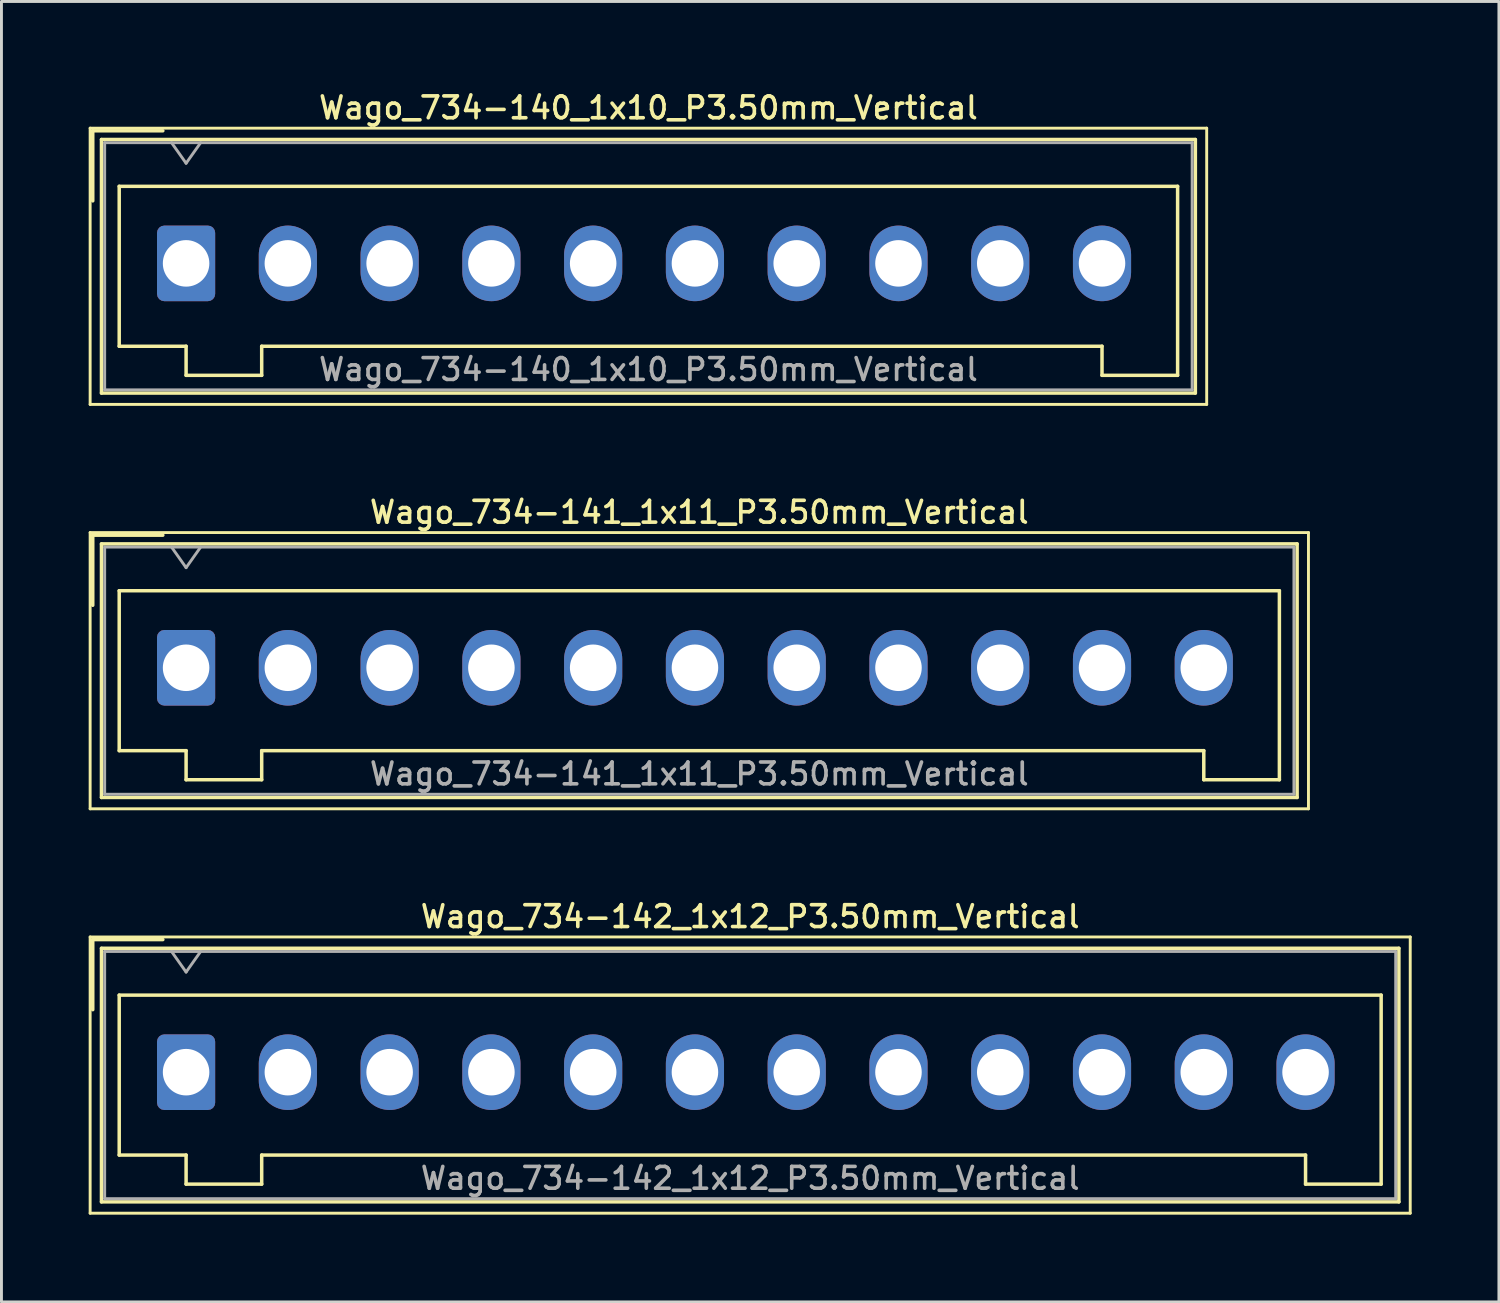
<source format=kicad_pcb>
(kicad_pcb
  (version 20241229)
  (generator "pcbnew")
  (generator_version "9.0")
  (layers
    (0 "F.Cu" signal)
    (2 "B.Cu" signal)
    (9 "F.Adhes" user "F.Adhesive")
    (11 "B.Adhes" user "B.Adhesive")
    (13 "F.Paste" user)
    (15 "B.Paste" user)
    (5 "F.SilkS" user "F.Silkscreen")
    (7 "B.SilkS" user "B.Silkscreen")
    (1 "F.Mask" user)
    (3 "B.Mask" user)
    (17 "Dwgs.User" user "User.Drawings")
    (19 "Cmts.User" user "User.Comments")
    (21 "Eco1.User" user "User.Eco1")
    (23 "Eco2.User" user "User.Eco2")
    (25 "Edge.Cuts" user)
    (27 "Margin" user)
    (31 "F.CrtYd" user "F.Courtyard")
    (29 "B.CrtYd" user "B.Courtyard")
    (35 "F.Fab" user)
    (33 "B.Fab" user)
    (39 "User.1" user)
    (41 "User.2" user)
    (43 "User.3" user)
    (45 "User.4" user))
  (footprint "Wago_734-142_1x12_P3.50mm_Vertical"
    (layer "F.Cu")
    (at 3.35 33.824)
    (property "Reference" "Wago_734-142_1x12_P3.50mm_Vertical" (at 19.4 -5.35 0) (layer "F.SilkS") (effects (font (size 0.75 0.75) (thickness 0.125))))
    (attr through_hole)
    (fp_line (start -3.3 -4.65) (end -3.3 4.85) (stroke (width 0.1) (type solid)) (layer "F.SilkS"))
    (fp_line (start -3.3 4.85) (end 42.1 4.85) (stroke (width 0.1) (type solid)) (layer "F.SilkS"))
    (fp_line (start -3.21 -4.56) (end -0.8 -4.56) (stroke (width 0.12) (type solid)) (layer "F.SilkS"))
    (fp_line (start -3.21 -2.15) (end -3.21 -4.56) (stroke (width 0.12) (type solid)) (layer "F.SilkS"))
    (fp_line (start -2.91 -4.26) (end -2.91 4.46) (stroke (width 0.12) (type solid)) (layer "F.SilkS"))
    (fp_line (start -2.91 4.46) (end 41.71 4.46) (stroke (width 0.12) (type solid)) (layer "F.SilkS"))
    (fp_line (start -2.3 -2.65) (end -2.3 2.85) (stroke (width 0.12) (type solid)) (layer "F.SilkS"))
    (fp_line (start -2.3 2.85) (end 0 2.85) (stroke (width 0.12) (type solid)) (layer "F.SilkS"))
    (fp_line (start 0 2.85) (end 0 3.85) (stroke (width 0.12) (type solid)) (layer "F.SilkS"))
    (fp_line (start 0 3.85) (end 2.6 3.85) (stroke (width 0.12) (type solid)) (layer "F.SilkS"))
    (fp_line (start 2.6 2.85) (end 38.5 2.85) (stroke (width 0.12) (type solid)) (layer "F.SilkS"))
    (fp_line (start 2.6 3.85) (end 2.6 2.85) (stroke (width 0.12) (type solid)) (layer "F.SilkS"))
    (fp_line (start 38.5 2.85) (end 38.5 3.85) (stroke (width 0.12) (type solid)) (layer "F.SilkS"))
    (fp_line (start 38.5 3.85) (end 41.1 3.85) (stroke (width 0.12) (type solid)) (layer "F.SilkS"))
    (fp_line (start 41.1 -2.65) (end -2.3 -2.65) (stroke (width 0.12) (type solid)) (layer "F.SilkS"))
    (fp_line (start 41.1 3.85) (end 41.1 -2.65) (stroke (width 0.12) (type solid)) (layer "F.SilkS"))
    (fp_line (start 41.71 -4.26) (end -2.91 -4.26) (stroke (width 0.12) (type solid)) (layer "F.SilkS"))
    (fp_line (start 41.71 4.46) (end 41.71 -4.26) (stroke (width 0.12) (type solid)) (layer "F.SilkS"))
    (fp_line (start 42.1 -4.65) (end -3.3 -4.65) (stroke (width 0.1) (type solid)) (layer "F.SilkS"))
    (fp_line (start 42.1 4.85) (end 42.1 -4.65) (stroke (width 0.1) (type solid)) (layer "F.SilkS"))
    (fp_line (start -2.8 -4.15) (end -2.8 4.35) (stroke (width 0.1) (type solid)) (layer "F.Fab"))
    (fp_line (start -2.8 4.35) (end 41.6 4.35) (stroke (width 0.1) (type solid)) (layer "F.Fab"))
    (fp_line (start -0.5 -4.15) (end 0 -3.443) (stroke (width 0.1) (type solid)) (layer "F.Fab"))
    (fp_line (start 0 -3.443) (end 0.5 -4.15) (stroke (width 0.1) (type solid)) (layer "F.Fab"))
    (fp_line (start 41.6 -4.15) (end -2.8 -4.15) (stroke (width 0.1) (type solid)) (layer "F.Fab"))
    (fp_line (start 41.6 4.35) (end 41.6 -4.15) (stroke (width 0.1) (type solid)) (layer "F.Fab"))
    (fp_text user "${REFERENCE}" (at 19.4 3.65 0) (layer "F.Fab") (effects (font (size 0.75 0.75) (thickness 0.125))))
    (pad "1" thru_hole roundrect (at 0 0) (size 2 2.6) (drill 1.6) (layers "*.Cu" "*.Mask") (roundrect_rratio 0.125))
    (pad "2" thru_hole oval (at 3.5 0) (size 2 2.6) (drill 1.6) (layers "*.Cu" "*.Mask"))
    (pad "3" thru_hole oval (at 7 0) (size 2 2.6) (drill 1.6) (layers "*.Cu" "*.Mask"))
    (pad "4" thru_hole oval (at 10.5 0) (size 2 2.6) (drill 1.6) (layers "*.Cu" "*.Mask"))
    (pad "5" thru_hole oval (at 14 0) (size 2 2.6) (drill 1.6) (layers "*.Cu" "*.Mask"))
    (pad "6" thru_hole oval (at 17.5 0) (size 2 2.6) (drill 1.6) (layers "*.Cu" "*.Mask"))
    (pad "7" thru_hole oval (at 21 0) (size 2 2.6) (drill 1.6) (layers "*.Cu" "*.Mask"))
    (pad "8" thru_hole oval (at 24.5 0) (size 2 2.6) (drill 1.6) (layers "*.Cu" "*.Mask"))
    (pad "9" thru_hole oval (at 28 0) (size 2 2.6) (drill 1.6) (layers "*.Cu" "*.Mask"))
    (pad "10" thru_hole oval (at 31.5 0) (size 2 2.6) (drill 1.6) (layers "*.Cu" "*.Mask"))
    (pad "11" thru_hole oval (at 35 0) (size 2 2.6) (drill 1.6) (layers "*.Cu" "*.Mask"))
    (pad "12" thru_hole oval (at 38.5 0) (size 2 2.6) (drill 1.6) (layers "*.Cu" "*.Mask")))
  (footprint "Wago_734-141_1x11_P3.50mm_Vertical"
    (layer "F.Cu")
    (at 3.35 19.916)
    (property "Reference" "Wago_734-141_1x11_P3.50mm_Vertical" (at 17.65 -5.35 0) (layer "F.SilkS") (effects (font (size 0.75 0.75) (thickness 0.125))))
    (attr through_hole)
    (fp_line (start -3.3 -4.65) (end -3.3 4.85) (stroke (width 0.1) (type solid)) (layer "F.SilkS"))
    (fp_line (start -3.3 4.85) (end 38.6 4.85) (stroke (width 0.1) (type solid)) (layer "F.SilkS"))
    (fp_line (start -3.21 -4.56) (end -0.8 -4.56) (stroke (width 0.12) (type solid)) (layer "F.SilkS"))
    (fp_line (start -3.21 -2.15) (end -3.21 -4.56) (stroke (width 0.12) (type solid)) (layer "F.SilkS"))
    (fp_line (start -2.91 -4.26) (end -2.91 4.46) (stroke (width 0.12) (type solid)) (layer "F.SilkS"))
    (fp_line (start -2.91 4.46) (end 38.21 4.46) (stroke (width 0.12) (type solid)) (layer "F.SilkS"))
    (fp_line (start -2.3 -2.65) (end -2.3 2.85) (stroke (width 0.12) (type solid)) (layer "F.SilkS"))
    (fp_line (start -2.3 2.85) (end 0 2.85) (stroke (width 0.12) (type solid)) (layer "F.SilkS"))
    (fp_line (start 0 2.85) (end 0 3.85) (stroke (width 0.12) (type solid)) (layer "F.SilkS"))
    (fp_line (start 0 3.85) (end 2.6 3.85) (stroke (width 0.12) (type solid)) (layer "F.SilkS"))
    (fp_line (start 2.6 2.85) (end 35 2.85) (stroke (width 0.12) (type solid)) (layer "F.SilkS"))
    (fp_line (start 2.6 3.85) (end 2.6 2.85) (stroke (width 0.12) (type solid)) (layer "F.SilkS"))
    (fp_line (start 35 2.85) (end 35 3.85) (stroke (width 0.12) (type solid)) (layer "F.SilkS"))
    (fp_line (start 35 3.85) (end 37.6 3.85) (stroke (width 0.12) (type solid)) (layer "F.SilkS"))
    (fp_line (start 37.6 -2.65) (end -2.3 -2.65) (stroke (width 0.12) (type solid)) (layer "F.SilkS"))
    (fp_line (start 37.6 3.85) (end 37.6 -2.65) (stroke (width 0.12) (type solid)) (layer "F.SilkS"))
    (fp_line (start 38.21 -4.26) (end -2.91 -4.26) (stroke (width 0.12) (type solid)) (layer "F.SilkS"))
    (fp_line (start 38.21 4.46) (end 38.21 -4.26) (stroke (width 0.12) (type solid)) (layer "F.SilkS"))
    (fp_line (start 38.6 -4.65) (end -3.3 -4.65) (stroke (width 0.1) (type solid)) (layer "F.SilkS"))
    (fp_line (start 38.6 4.85) (end 38.6 -4.65) (stroke (width 0.1) (type solid)) (layer "F.SilkS"))
    (fp_line (start -2.8 -4.15) (end -2.8 4.35) (stroke (width 0.1) (type solid)) (layer "F.Fab"))
    (fp_line (start -2.8 4.35) (end 38.1 4.35) (stroke (width 0.1) (type solid)) (layer "F.Fab"))
    (fp_line (start -0.5 -4.15) (end 0 -3.443) (stroke (width 0.1) (type solid)) (layer "F.Fab"))
    (fp_line (start 0 -3.443) (end 0.5 -4.15) (stroke (width 0.1) (type solid)) (layer "F.Fab"))
    (fp_line (start 38.1 -4.15) (end -2.8 -4.15) (stroke (width 0.1) (type solid)) (layer "F.Fab"))
    (fp_line (start 38.1 4.35) (end 38.1 -4.15) (stroke (width 0.1) (type solid)) (layer "F.Fab"))
    (fp_text user "${REFERENCE}" (at 17.65 3.65 0) (layer "F.Fab") (effects (font (size 0.75 0.75) (thickness 0.125))))
    (pad "1" thru_hole roundrect (at 0 0) (size 2 2.6) (drill 1.6) (layers "*.Cu" "*.Mask") (roundrect_rratio 0.125))
    (pad "2" thru_hole oval (at 3.5 0) (size 2 2.6) (drill 1.6) (layers "*.Cu" "*.Mask"))
    (pad "3" thru_hole oval (at 7 0) (size 2 2.6) (drill 1.6) (layers "*.Cu" "*.Mask"))
    (pad "4" thru_hole oval (at 10.5 0) (size 2 2.6) (drill 1.6) (layers "*.Cu" "*.Mask"))
    (pad "5" thru_hole oval (at 14 0) (size 2 2.6) (drill 1.6) (layers "*.Cu" "*.Mask"))
    (pad "6" thru_hole oval (at 17.5 0) (size 2 2.6) (drill 1.6) (layers "*.Cu" "*.Mask"))
    (pad "7" thru_hole oval (at 21 0) (size 2 2.6) (drill 1.6) (layers "*.Cu" "*.Mask"))
    (pad "8" thru_hole oval (at 24.5 0) (size 2 2.6) (drill 1.6) (layers "*.Cu" "*.Mask"))
    (pad "9" thru_hole oval (at 28 0) (size 2 2.6) (drill 1.6) (layers "*.Cu" "*.Mask"))
    (pad "10" thru_hole oval (at 31.5 0) (size 2 2.6) (drill 1.6) (layers "*.Cu" "*.Mask"))
    (pad "11" thru_hole oval (at 35 0) (size 2 2.6) (drill 1.6) (layers "*.Cu" "*.Mask")))
  (footprint "Wago_734-140_1x10_P3.50mm_Vertical"
    (layer "F.Cu")
    (at 3.35 6.008)
    (property "Reference" "Wago_734-140_1x10_P3.50mm_Vertical" (at 15.9 -5.35 0) (layer "F.SilkS") (effects (font (size 0.75 0.75) (thickness 0.125))))
    (attr through_hole)
    (fp_line (start -3.3 -4.65) (end -3.3 4.85) (stroke (width 0.1) (type solid)) (layer "F.SilkS"))
    (fp_line (start -3.3 4.85) (end 35.1 4.85) (stroke (width 0.1) (type solid)) (layer "F.SilkS"))
    (fp_line (start -3.21 -4.56) (end -0.8 -4.56) (stroke (width 0.12) (type solid)) (layer "F.SilkS"))
    (fp_line (start -3.21 -2.15) (end -3.21 -4.56) (stroke (width 0.12) (type solid)) (layer "F.SilkS"))
    (fp_line (start -2.91 -4.26) (end -2.91 4.46) (stroke (width 0.12) (type solid)) (layer "F.SilkS"))
    (fp_line (start -2.91 4.46) (end 34.71 4.46) (stroke (width 0.12) (type solid)) (layer "F.SilkS"))
    (fp_line (start -2.3 -2.65) (end -2.3 2.85) (stroke (width 0.12) (type solid)) (layer "F.SilkS"))
    (fp_line (start -2.3 2.85) (end 0 2.85) (stroke (width 0.12) (type solid)) (layer "F.SilkS"))
    (fp_line (start 0 2.85) (end 0 3.85) (stroke (width 0.12) (type solid)) (layer "F.SilkS"))
    (fp_line (start 0 3.85) (end 2.6 3.85) (stroke (width 0.12) (type solid)) (layer "F.SilkS"))
    (fp_line (start 2.6 2.85) (end 31.5 2.85) (stroke (width 0.12) (type solid)) (layer "F.SilkS"))
    (fp_line (start 2.6 3.85) (end 2.6 2.85) (stroke (width 0.12) (type solid)) (layer "F.SilkS"))
    (fp_line (start 31.5 2.85) (end 31.5 3.85) (stroke (width 0.12) (type solid)) (layer "F.SilkS"))
    (fp_line (start 31.5 3.85) (end 34.1 3.85) (stroke (width 0.12) (type solid)) (layer "F.SilkS"))
    (fp_line (start 34.1 -2.65) (end -2.3 -2.65) (stroke (width 0.12) (type solid)) (layer "F.SilkS"))
    (fp_line (start 34.1 3.85) (end 34.1 -2.65) (stroke (width 0.12) (type solid)) (layer "F.SilkS"))
    (fp_line (start 34.71 -4.26) (end -2.91 -4.26) (stroke (width 0.12) (type solid)) (layer "F.SilkS"))
    (fp_line (start 34.71 4.46) (end 34.71 -4.26) (stroke (width 0.12) (type solid)) (layer "F.SilkS"))
    (fp_line (start 35.1 -4.65) (end -3.3 -4.65) (stroke (width 0.1) (type solid)) (layer "F.SilkS"))
    (fp_line (start 35.1 4.85) (end 35.1 -4.65) (stroke (width 0.1) (type solid)) (layer "F.SilkS"))
    (fp_line (start -2.8 -4.15) (end -2.8 4.35) (stroke (width 0.1) (type solid)) (layer "F.Fab"))
    (fp_line (start -2.8 4.35) (end 34.6 4.35) (stroke (width 0.1) (type solid)) (layer "F.Fab"))
    (fp_line (start -0.5 -4.15) (end 0 -3.443) (stroke (width 0.1) (type solid)) (layer "F.Fab"))
    (fp_line (start 0 -3.443) (end 0.5 -4.15) (stroke (width 0.1) (type solid)) (layer "F.Fab"))
    (fp_line (start 34.6 -4.15) (end -2.8 -4.15) (stroke (width 0.1) (type solid)) (layer "F.Fab"))
    (fp_line (start 34.6 4.35) (end 34.6 -4.15) (stroke (width 0.1) (type solid)) (layer "F.Fab"))
    (fp_text user "${REFERENCE}" (at 15.9 3.65 0) (layer "F.Fab") (effects (font (size 0.75 0.75) (thickness 0.125))))
    (pad "1" thru_hole roundrect (at 0 0) (size 2 2.6) (drill 1.6) (layers "*.Cu" "*.Mask") (roundrect_rratio 0.125))
    (pad "2" thru_hole oval (at 3.5 0) (size 2 2.6) (drill 1.6) (layers "*.Cu" "*.Mask"))
    (pad "3" thru_hole oval (at 7 0) (size 2 2.6) (drill 1.6) (layers "*.Cu" "*.Mask"))
    (pad "4" thru_hole oval (at 10.5 0) (size 2 2.6) (drill 1.6) (layers "*.Cu" "*.Mask"))
    (pad "5" thru_hole oval (at 14 0) (size 2 2.6) (drill 1.6) (layers "*.Cu" "*.Mask"))
    (pad "6" thru_hole oval (at 17.5 0) (size 2 2.6) (drill 1.6) (layers "*.Cu" "*.Mask"))
    (pad "7" thru_hole oval (at 21 0) (size 2 2.6) (drill 1.6) (layers "*.Cu" "*.Mask"))
    (pad "8" thru_hole oval (at 24.5 0) (size 2 2.6) (drill 1.6) (layers "*.Cu" "*.Mask"))
    (pad "9" thru_hole oval (at 28 0) (size 2 2.6) (drill 1.6) (layers "*.Cu" "*.Mask"))
    (pad "10" thru_hole oval (at 31.5 0) (size 2 2.6) (drill 1.6) (layers "*.Cu" "*.Mask")))
  (gr_rect
    (start -3 -3)
    (end 48.5 41.724)
    (stroke (width 0.1) (type default))
    (fill no)
    (layer "Edge.Cuts")))
</source>
